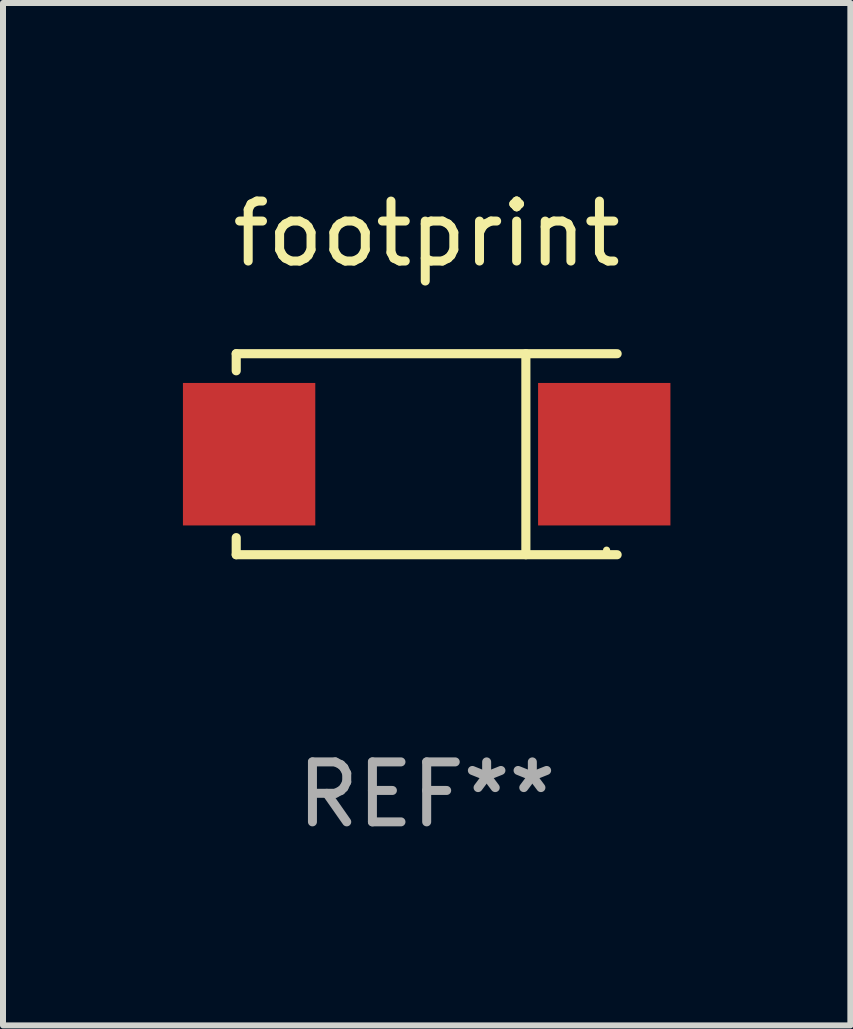
<source format=kicad_pcb>
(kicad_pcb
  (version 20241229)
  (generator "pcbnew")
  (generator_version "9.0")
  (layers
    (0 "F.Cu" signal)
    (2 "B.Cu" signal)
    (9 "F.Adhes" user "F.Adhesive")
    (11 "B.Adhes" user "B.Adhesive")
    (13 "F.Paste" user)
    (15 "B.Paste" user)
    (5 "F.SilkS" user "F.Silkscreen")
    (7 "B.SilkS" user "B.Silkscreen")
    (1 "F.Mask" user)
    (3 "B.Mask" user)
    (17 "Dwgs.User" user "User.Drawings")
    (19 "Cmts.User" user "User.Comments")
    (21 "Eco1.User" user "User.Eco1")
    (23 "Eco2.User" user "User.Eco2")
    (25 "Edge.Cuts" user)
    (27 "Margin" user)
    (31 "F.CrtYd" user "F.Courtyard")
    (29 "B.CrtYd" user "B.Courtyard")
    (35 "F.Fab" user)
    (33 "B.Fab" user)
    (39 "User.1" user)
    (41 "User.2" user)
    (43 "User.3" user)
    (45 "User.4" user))
  (footprint "footprint"
    (layer "F.Cu")
    (at 4.065 4.524)
    (property "Reference" "footprint" (at 0 -3.676 0) (layer "F.SilkS") (effects (font (size 1 1) (thickness 0.15))))
    (attr smd)
    (fp_line (start -3.176 -1.676) (end -3.176 -1.391) (stroke (width 0.152) (type solid)) (layer "F.SilkS"))
    (fp_line (start -3.176 -1.676) (end 3.176 -1.676) (stroke (width 0.152) (type solid)) (layer "F.SilkS"))
    (fp_line (start -3.176 1.676) (end -3.176 1.391) (stroke (width 0.152) (type solid)) (layer "F.SilkS"))
    (fp_line (start -3.176 1.676) (end 3.176 1.676) (stroke (width 0.152) (type solid)) (layer "F.SilkS"))
    (fp_line (start 1.654 -1.676) (end 1.654 1.676) (stroke (width 0.152) (type solid)) (layer "F.SilkS"))
    (fp_circle (center 3 1.6) (end 3.03 1.6) (stroke (width 0.06) (type solid)) (fill no) (layer "F.SilkS"))
    (fp_text user "REF**" (at 0 5.676 0) (layer "F.Fab") (effects (font (size 1 1) (thickness 0.15))))
    (pad "1" smd rect (at 2.961 0) (size 2.207 2.376) (layers "F.Cu" "F.Mask" "F.Paste"))
    (pad "2" smd rect (at -2.961 0) (size 2.207 2.376) (layers "F.Cu" "F.Mask" "F.Paste")))
  (gr_rect
    (start -3 -3)
    (end 11.13 14.049)
    (stroke (width 0.1) (type default))
    (fill no)
    (layer "Edge.Cuts")))
</source>
